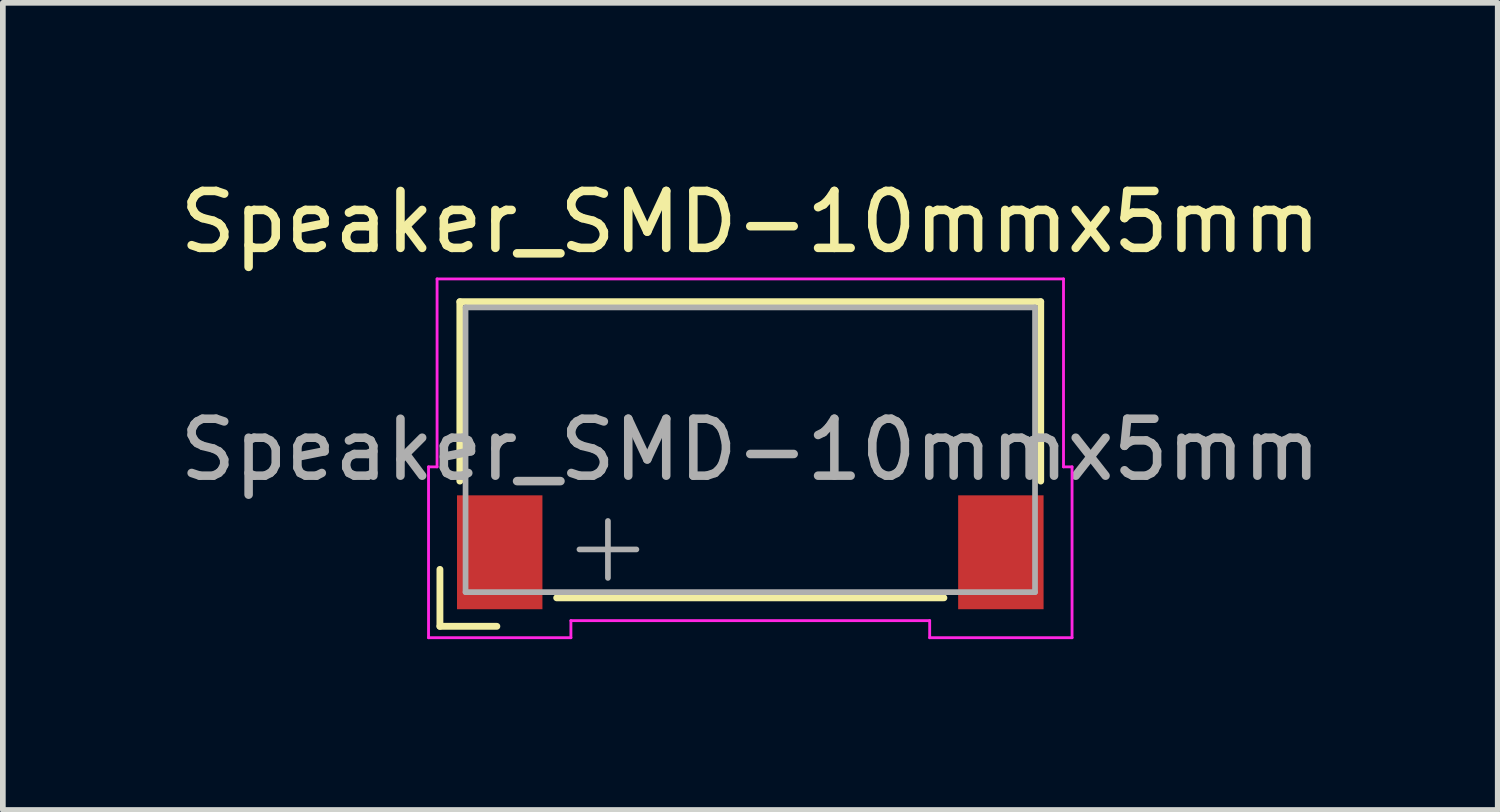
<source format=kicad_pcb>
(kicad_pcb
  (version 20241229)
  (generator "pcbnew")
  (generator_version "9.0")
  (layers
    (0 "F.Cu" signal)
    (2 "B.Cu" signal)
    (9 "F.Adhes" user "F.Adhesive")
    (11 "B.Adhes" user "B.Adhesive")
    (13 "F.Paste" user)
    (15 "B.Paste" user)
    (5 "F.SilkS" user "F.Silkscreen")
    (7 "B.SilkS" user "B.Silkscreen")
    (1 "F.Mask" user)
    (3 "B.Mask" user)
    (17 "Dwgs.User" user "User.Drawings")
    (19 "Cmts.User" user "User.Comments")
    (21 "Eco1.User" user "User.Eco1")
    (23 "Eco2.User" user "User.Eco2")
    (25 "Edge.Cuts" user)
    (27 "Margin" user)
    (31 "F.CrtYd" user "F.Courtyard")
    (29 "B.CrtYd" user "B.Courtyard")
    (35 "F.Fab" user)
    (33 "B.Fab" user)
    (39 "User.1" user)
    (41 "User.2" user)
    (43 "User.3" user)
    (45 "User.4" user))
  (footprint "Speaker_SMD-10mmx5mm"
    (layer "F.Cu")
    (at 10.125 4.848)
    (property "Reference" "Speaker_SMD-10mmx5mm" (at 0 -4 0) (layer "F.SilkS") (effects (font (size 1 1) (thickness 0.15))))
    (attr smd)
    (fp_line (start -5.45 2.1) (end -5.45 3.1) (stroke (width 0.12) (type solid)) (layer "F.SilkS"))
    (fp_line (start -5.45 3.1) (end -4.45 3.1) (stroke (width 0.12) (type solid)) (layer "F.SilkS"))
    (fp_line (start -5.1 -2.6) (end 5.1 -2.6) (stroke (width 0.12) (type solid)) (layer "F.SilkS"))
    (fp_line (start -5.1 0.55) (end -5.1 -2.6) (stroke (width 0.12) (type solid)) (layer "F.SilkS"))
    (fp_line (start 3.4 2.6) (end -3.4 2.6) (stroke (width 0.12) (type solid)) (layer "F.SilkS"))
    (fp_line (start 5.1 -2.6) (end 5.1 0.55) (stroke (width 0.12) (type solid)) (layer "F.SilkS"))
    (fp_line (start -5.65 0.3) (end -5.65 3.3) (stroke (width 0.05) (type solid)) (layer "F.CrtYd"))
    (fp_line (start -5.65 3.3) (end -3.15 3.3) (stroke (width 0.05) (type solid)) (layer "F.CrtYd"))
    (fp_line (start -5.5 -3) (end 5.5 -3) (stroke (width 0.05) (type solid)) (layer "F.CrtYd"))
    (fp_line (start -5.5 0.3) (end -5.65 0.3) (stroke (width 0.05) (type solid)) (layer "F.CrtYd"))
    (fp_line (start -5.5 0.3) (end -5.5 -3) (stroke (width 0.05) (type solid)) (layer "F.CrtYd"))
    (fp_line (start -3.15 3.3) (end -3.15 3) (stroke (width 0.05) (type solid)) (layer "F.CrtYd"))
    (fp_line (start 3.15 3) (end -3.15 3) (stroke (width 0.05) (type solid)) (layer "F.CrtYd"))
    (fp_line (start 3.15 3.3) (end 3.15 3) (stroke (width 0.05) (type solid)) (layer "F.CrtYd"))
    (fp_line (start 5.5 -3) (end 5.5 0.3) (stroke (width 0.05) (type solid)) (layer "F.CrtYd"))
    (fp_line (start 5.5 0.3) (end 5.65 0.3) (stroke (width 0.05) (type solid)) (layer "F.CrtYd"))
    (fp_line (start 5.65 0.3) (end 5.65 3.3) (stroke (width 0.05) (type solid)) (layer "F.CrtYd"))
    (fp_line (start 5.65 3.3) (end 3.15 3.3) (stroke (width 0.05) (type solid)) (layer "F.CrtYd"))
    (fp_line (start -5 -2.5) (end -5 2.5) (stroke (width 0.1) (type solid)) (layer "F.Fab"))
    (fp_line (start -5 2.5) (end 5 2.5) (stroke (width 0.1) (type solid)) (layer "F.Fab"))
    (fp_line (start -3 1.75) (end -2 1.75) (stroke (width 0.1) (type solid)) (layer "F.Fab"))
    (fp_line (start -2.5 2.25) (end -2.5 1.25) (stroke (width 0.1) (type solid)) (layer "F.Fab"))
    (fp_line (start 5 -2.5) (end -5 -2.5) (stroke (width 0.1) (type solid)) (layer "F.Fab"))
    (fp_line (start 5 2.5) (end 5 -2.5) (stroke (width 0.1) (type solid)) (layer "F.Fab"))
    (fp_text user "${REFERENCE}" (at 0 0 180) (layer "F.Fab") (effects (font (size 1 1) (thickness 0.15))))
    (pad "1" smd rect (at -4.4 1.8 180) (size 1.5 2) (layers "F.Cu" "F.Mask"))
    (pad "2" smd rect (at 4.4 1.8 180) (size 1.5 2) (layers "F.Cu" "F.Mask")))
  (gr_rect
    (start -3 -3)
    (end 23.25 11.173)
    (stroke (width 0.1) (type default))
    (fill no)
    (layer "Edge.Cuts")))
</source>
